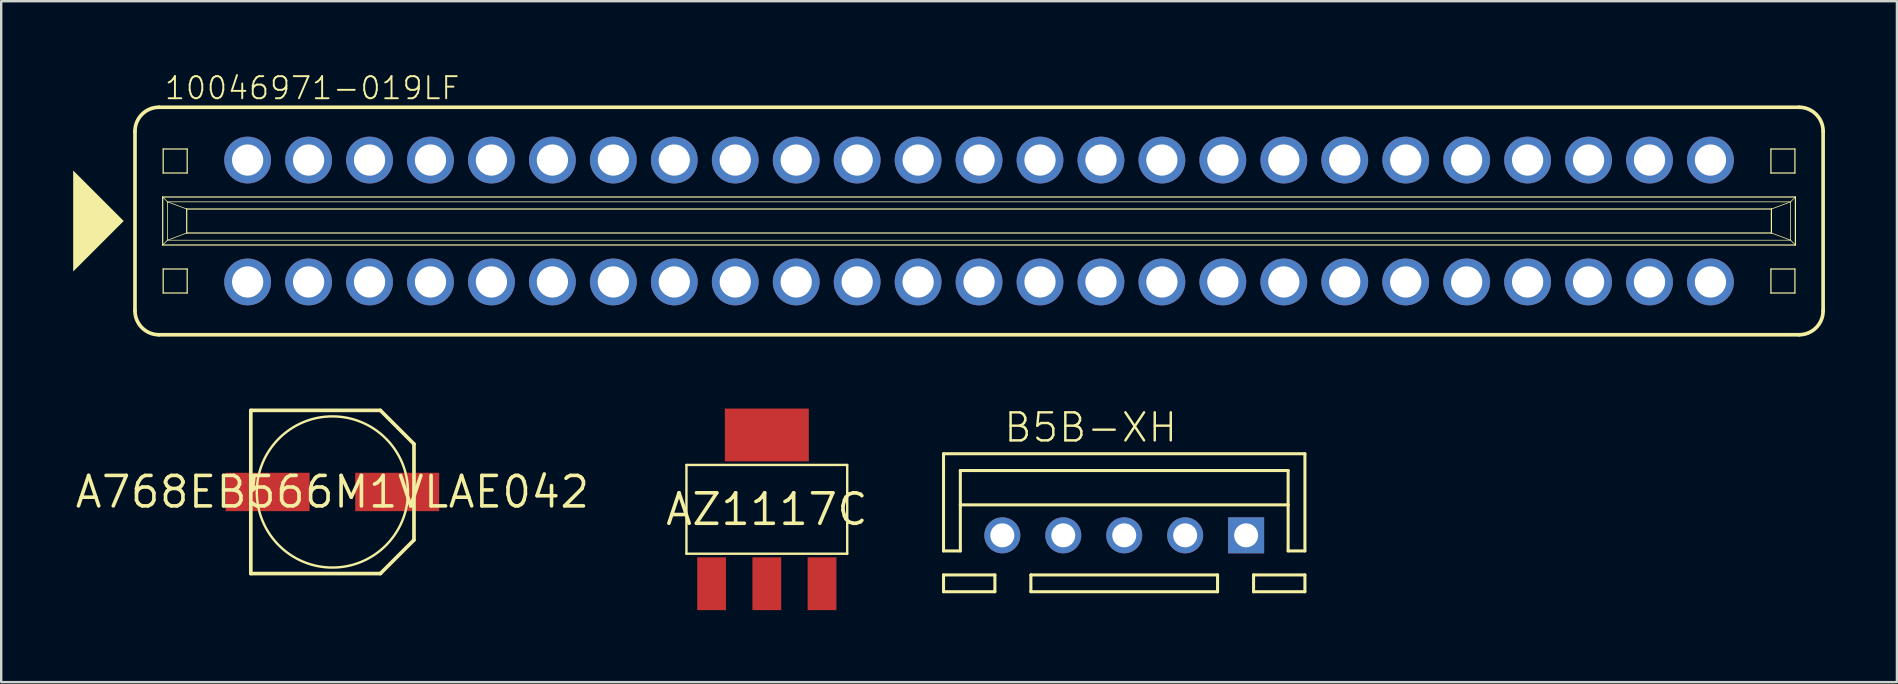
<source format=kicad_pcb>
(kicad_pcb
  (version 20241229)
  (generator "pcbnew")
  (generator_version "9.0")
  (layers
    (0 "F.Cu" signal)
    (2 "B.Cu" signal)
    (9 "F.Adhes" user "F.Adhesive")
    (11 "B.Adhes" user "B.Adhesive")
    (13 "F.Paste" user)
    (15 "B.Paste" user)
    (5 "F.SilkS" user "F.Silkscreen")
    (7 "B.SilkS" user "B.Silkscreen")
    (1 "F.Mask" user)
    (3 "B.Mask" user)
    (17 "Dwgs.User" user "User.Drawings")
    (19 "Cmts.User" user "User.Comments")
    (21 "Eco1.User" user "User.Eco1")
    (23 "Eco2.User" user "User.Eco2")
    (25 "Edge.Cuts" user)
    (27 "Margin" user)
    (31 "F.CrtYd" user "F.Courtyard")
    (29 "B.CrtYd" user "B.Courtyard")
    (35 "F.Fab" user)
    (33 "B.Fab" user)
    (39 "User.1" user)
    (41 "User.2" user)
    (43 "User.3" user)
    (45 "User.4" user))
  (footprint "A768EB566M1VLAE042"
    (layer "F.Cu")
    (at 10.802 17.452)
    (property "Reference" "A768EB566M1VLAE042" (at 0 0 0) (layer "F.SilkS") (effects (font (size 1.27 1.27) (thickness 0.15))))
    (fp_line (start -3.4 -3.4) (end -3.4 3.4) (stroke (width 0.152) (type solid)) (layer "F.SilkS"))
    (fp_line (start -3.4 3.4) (end 2 3.4) (stroke (width 0.152) (type solid)) (layer "F.SilkS"))
    (fp_line (start 2 -3.4) (end -3.4 -3.4) (stroke (width 0.152) (type solid)) (layer "F.SilkS"))
    (fp_line (start 2 3.4) (end 3.4 2) (stroke (width 0.152) (type solid)) (layer "F.SilkS"))
    (fp_line (start 3.4 -2) (end 2 -3.4) (stroke (width 0.152) (type solid)) (layer "F.SilkS"))
    (fp_line (start 3.4 2) (end 3.4 -2) (stroke (width 0.152) (type solid)) (layer "F.SilkS"))
    (fp_circle (center 0 0) (end 3.15 0) (stroke (width 0.1) (type solid)) (fill no) (layer "F.SilkS"))
    (pad "ANODE" smd rect (at 2.7 0) (size 3.5 1.6) (layers "F.Cu" "F.Mask" "F.Paste"))
    (pad "CATHODE" smd rect (at -2.7 0) (size 3.5 1.6) (layers "F.Cu" "F.Mask" "F.Paste")))
  (footprint "10046971-019LF"
    (layer "F.Cu")
    (at 37.75 6.16)
    (property "Reference" "10046971-019LF" (at -34 -5 0) (layer "F.SilkS") (effects (font (size 0.92 0.92) (thickness 0.08)) (justify left bottom)))
    (fp_line (start -35.175 -3.74) (end -35.175 3.74) (stroke (width 0.152) (type solid)) (layer "F.SilkS"))
    (fp_line (start -34.175 4.74) (end 34.175 4.74) (stroke (width 0.152) (type solid)) (layer "F.SilkS"))
    (fp_line (start -34.02 -1) (end -34.02 1) (stroke (width 0.05) (type solid)) (layer "F.SilkS"))
    (fp_line (start -34.02 1) (end 34.02 1) (stroke (width 0.05) (type solid)) (layer "F.SilkS"))
    (fp_line (start -34 -3) (end -34 -2) (stroke (width 0.05) (type solid)) (layer "F.SilkS"))
    (fp_line (start -34 -2) (end -33 -2) (stroke (width 0.05) (type solid)) (layer "F.SilkS"))
    (fp_line (start -34 2) (end -34 3) (stroke (width 0.05) (type solid)) (layer "F.SilkS"))
    (fp_line (start -34 3) (end -33 3) (stroke (width 0.05) (type solid)) (layer "F.SilkS"))
    (fp_line (start -33.82 -0.8) (end -34.02 -1) (stroke (width 0.03) (type solid)) (layer "F.SilkS"))
    (fp_line (start -33.82 -0.8) (end -33.82 0.8) (stroke (width 0.03) (type solid)) (layer "F.SilkS"))
    (fp_line (start -33.82 0.8) (end -34.02 1) (stroke (width 0.03) (type solid)) (layer "F.SilkS"))
    (fp_line (start -33.82 0.8) (end 33.82 0.8) (stroke (width 0.03) (type solid)) (layer "F.SilkS"))
    (fp_line (start -33.02 -0.5) (end -33.82 -0.8) (stroke (width 0.03) (type solid)) (layer "F.SilkS"))
    (fp_line (start -33.02 -0.5) (end 33.02 -0.5) (stroke (width 0.05) (type solid)) (layer "F.SilkS"))
    (fp_line (start -33.02 0.5) (end -33.82 0.8) (stroke (width 0.03) (type solid)) (layer "F.SilkS"))
    (fp_line (start -33.02 0.5) (end -33.02 -0.5) (stroke (width 0.05) (type solid)) (layer "F.SilkS"))
    (fp_line (start -33 -3) (end -34 -3) (stroke (width 0.05) (type solid)) (layer "F.SilkS"))
    (fp_line (start -33 -2) (end -33 -3) (stroke (width 0.05) (type solid)) (layer "F.SilkS"))
    (fp_line (start -33 2) (end -34 2) (stroke (width 0.05) (type solid)) (layer "F.SilkS"))
    (fp_line (start -33 3) (end -33 2) (stroke (width 0.05) (type solid)) (layer "F.SilkS"))
    (fp_line (start 33 -3) (end 33 -2) (stroke (width 0.05) (type solid)) (layer "F.SilkS"))
    (fp_line (start 33 -2) (end 34 -2) (stroke (width 0.05) (type solid)) (layer "F.SilkS"))
    (fp_line (start 33 2) (end 33 3) (stroke (width 0.05) (type solid)) (layer "F.SilkS"))
    (fp_line (start 33 3) (end 34 3) (stroke (width 0.05) (type solid)) (layer "F.SilkS"))
    (fp_line (start 33.02 -0.5) (end 33.02 0.5) (stroke (width 0.05) (type solid)) (layer "F.SilkS"))
    (fp_line (start 33.02 -0.5) (end 33.82 -0.8) (stroke (width 0.03) (type solid)) (layer "F.SilkS"))
    (fp_line (start 33.02 0.5) (end -33.02 0.5) (stroke (width 0.05) (type solid)) (layer "F.SilkS"))
    (fp_line (start 33.02 0.5) (end 33.82 0.8) (stroke (width 0.03) (type solid)) (layer "F.SilkS"))
    (fp_line (start 33.82 -0.8) (end -33.82 -0.8) (stroke (width 0.03) (type solid)) (layer "F.SilkS"))
    (fp_line (start 33.82 -0.8) (end 34.02 -1) (stroke (width 0.03) (type solid)) (layer "F.SilkS"))
    (fp_line (start 33.82 0.8) (end 33.82 -0.8) (stroke (width 0.03) (type solid)) (layer "F.SilkS"))
    (fp_line (start 33.82 0.8) (end 34.02 1) (stroke (width 0.03) (type solid)) (layer "F.SilkS"))
    (fp_line (start 34 -3) (end 33 -3) (stroke (width 0.05) (type solid)) (layer "F.SilkS"))
    (fp_line (start 34 -2) (end 34 -3) (stroke (width 0.05) (type solid)) (layer "F.SilkS"))
    (fp_line (start 34 2) (end 33 2) (stroke (width 0.05) (type solid)) (layer "F.SilkS"))
    (fp_line (start 34 3) (end 34 2) (stroke (width 0.05) (type solid)) (layer "F.SilkS"))
    (fp_line (start 34.02 -1) (end -34.02 -1) (stroke (width 0.05) (type solid)) (layer "F.SilkS"))
    (fp_line (start 34.02 1) (end 34.02 -1) (stroke (width 0.05) (type solid)) (layer "F.SilkS"))
    (fp_line (start 34.175 -4.74) (end -34.175 -4.74) (stroke (width 0.152) (type solid)) (layer "F.SilkS"))
    (fp_line (start 35.175 3.74) (end 35.175 -3.74) (stroke (width 0.152) (type solid)) (layer "F.SilkS"))
    (fp_arc (start -35.175 -3.74) (mid -34.882107 -4.447107) (end -34.175 -4.74) (stroke (width 0.1524) (type solid)) (layer "F.SilkS"))
    (fp_arc (start -34.175 4.74) (mid -34.882107 4.447107) (end -35.175 3.74) (stroke (width 0.1524) (type solid)) (layer "F.SilkS"))
    (fp_arc (start 34.175 -4.74) (mid 34.882107 -4.447107) (end 35.175 -3.74) (stroke (width 0.1524) (type solid)) (layer "F.SilkS"))
    (fp_arc (start 35.175 3.74) (mid 34.882107 4.447107) (end 34.175 4.74) (stroke (width 0.1524) (type solid)) (layer "F.SilkS"))
    (fp_poly (pts (xy -35.646 0) (xy -37.75 2.104) (xy -37.75 -2.104)) (stroke (width 0) (type default)) (fill yes) (layer "F.SilkS"))
    (pad "P$1" thru_hole circle (at -30.48 2.54) (size 1.95 1.95) (drill 1.3) (layers "*.Cu" "*.Mask"))
    (pad "P$2" thru_hole circle (at -27.94 2.54) (size 1.95 1.95) (drill 1.3) (layers "*.Cu" "*.Mask"))
    (pad "P$3" thru_hole circle (at -25.4 2.54) (size 1.95 1.95) (drill 1.3) (layers "*.Cu" "*.Mask"))
    (pad "P$4" thru_hole circle (at -22.86 2.54) (size 1.95 1.95) (drill 1.3) (layers "*.Cu" "*.Mask"))
    (pad "P$5" thru_hole circle (at -20.32 2.54) (size 1.95 1.95) (drill 1.3) (layers "*.Cu" "*.Mask"))
    (pad "P$6" thru_hole circle (at -17.78 2.54) (size 1.95 1.95) (drill 1.3) (layers "*.Cu" "*.Mask"))
    (pad "P$7" thru_hole circle (at -15.24 2.54) (size 1.95 1.95) (drill 1.3) (layers "*.Cu" "*.Mask"))
    (pad "P$8" thru_hole circle (at -12.7 2.54) (size 1.95 1.95) (drill 1.3) (layers "*.Cu" "*.Mask"))
    (pad "P$9" thru_hole circle (at -10.16 2.54) (size 1.95 1.95) (drill 1.3) (layers "*.Cu" "*.Mask"))
    (pad "P$10" thru_hole circle (at -7.62 2.54) (size 1.95 1.95) (drill 1.3) (layers "*.Cu" "*.Mask"))
    (pad "P$11" thru_hole circle (at -5.08 2.54) (size 1.95 1.95) (drill 1.3) (layers "*.Cu" "*.Mask"))
    (pad "P$12" thru_hole circle (at -2.54 2.54) (size 1.95 1.95) (drill 1.3) (layers "*.Cu" "*.Mask"))
    (pad "P$13" thru_hole circle (at 0 2.54) (size 1.95 1.95) (drill 1.3) (layers "*.Cu" "*.Mask"))
    (pad "P$14" thru_hole circle (at 2.54 2.54) (size 1.95 1.95) (drill 1.3) (layers "*.Cu" "*.Mask"))
    (pad "P$15" thru_hole circle (at 5.08 2.54) (size 1.95 1.95) (drill 1.3) (layers "*.Cu" "*.Mask"))
    (pad "P$16" thru_hole circle (at 7.62 2.54) (size 1.95 1.95) (drill 1.3) (layers "*.Cu" "*.Mask"))
    (pad "P$17" thru_hole circle (at 10.16 2.54) (size 1.95 1.95) (drill 1.3) (layers "*.Cu" "*.Mask"))
    (pad "P$18" thru_hole circle (at 12.7 2.54) (size 1.95 1.95) (drill 1.3) (layers "*.Cu" "*.Mask"))
    (pad "P$19" thru_hole circle (at 15.24 2.54) (size 1.95 1.95) (drill 1.3) (layers "*.Cu" "*.Mask"))
    (pad "P$20" thru_hole circle (at 17.78 2.54) (size 1.95 1.95) (drill 1.3) (layers "*.Cu" "*.Mask"))
    (pad "P$21" thru_hole circle (at 20.32 2.54) (size 1.95 1.95) (drill 1.3) (layers "*.Cu" "*.Mask"))
    (pad "P$22" thru_hole circle (at 22.86 2.54) (size 1.95 1.95) (drill 1.3) (layers "*.Cu" "*.Mask"))
    (pad "P$23" thru_hole circle (at 25.4 2.54) (size 1.95 1.95) (drill 1.3) (layers "*.Cu" "*.Mask"))
    (pad "P$24" thru_hole circle (at 27.94 2.54) (size 1.95 1.95) (drill 1.3) (layers "*.Cu" "*.Mask"))
    (pad "P$25" thru_hole circle (at 30.48 2.54) (size 1.95 1.95) (drill 1.3) (layers "*.Cu" "*.Mask"))
    (pad "P$26" thru_hole circle (at 30.48 -2.54) (size 1.95 1.95) (drill 1.3) (layers "*.Cu" "*.Mask"))
    (pad "P$27" thru_hole circle (at 27.94 -2.54) (size 1.95 1.95) (drill 1.3) (layers "*.Cu" "*.Mask"))
    (pad "P$28" thru_hole circle (at 25.4 -2.54) (size 1.95 1.95) (drill 1.3) (layers "*.Cu" "*.Mask"))
    (pad "P$29" thru_hole circle (at 22.86 -2.54) (size 1.95 1.95) (drill 1.3) (layers "*.Cu" "*.Mask"))
    (pad "P$30" thru_hole circle (at 20.32 -2.54) (size 1.95 1.95) (drill 1.3) (layers "*.Cu" "*.Mask"))
    (pad "P$31" thru_hole circle (at 17.78 -2.54) (size 1.95 1.95) (drill 1.3) (layers "*.Cu" "*.Mask"))
    (pad "P$32" thru_hole circle (at 15.24 -2.54) (size 1.95 1.95) (drill 1.3) (layers "*.Cu" "*.Mask"))
    (pad "P$33" thru_hole circle (at 12.7 -2.54) (size 1.95 1.95) (drill 1.3) (layers "*.Cu" "*.Mask"))
    (pad "P$34" thru_hole circle (at 10.16 -2.54) (size 1.95 1.95) (drill 1.3) (layers "*.Cu" "*.Mask"))
    (pad "P$35" thru_hole circle (at 7.62 -2.54) (size 1.95 1.95) (drill 1.3) (layers "*.Cu" "*.Mask"))
    (pad "P$36" thru_hole circle (at 5.08 -2.54) (size 1.95 1.95) (drill 1.3) (layers "*.Cu" "*.Mask"))
    (pad "P$37" thru_hole circle (at 2.54 -2.54) (size 1.95 1.95) (drill 1.3) (layers "*.Cu" "*.Mask"))
    (pad "P$38" thru_hole circle (at 0 -2.54) (size 1.95 1.95) (drill 1.3) (layers "*.Cu" "*.Mask"))
    (pad "P$39" thru_hole circle (at -2.54 -2.54) (size 1.95 1.95) (drill 1.3) (layers "*.Cu" "*.Mask"))
    (pad "P$40" thru_hole circle (at -5.08 -2.54) (size 1.95 1.95) (drill 1.3) (layers "*.Cu" "*.Mask"))
    (pad "P$41" thru_hole circle (at -7.62 -2.54) (size 1.95 1.95) (drill 1.3) (layers "*.Cu" "*.Mask"))
    (pad "P$42" thru_hole circle (at -10.16 -2.54) (size 1.95 1.95) (drill 1.3) (layers "*.Cu" "*.Mask"))
    (pad "P$43" thru_hole circle (at -12.7 -2.54) (size 1.95 1.95) (drill 1.3) (layers "*.Cu" "*.Mask"))
    (pad "P$44" thru_hole circle (at -15.24 -2.54) (size 1.95 1.95) (drill 1.3) (layers "*.Cu" "*.Mask"))
    (pad "P$45" thru_hole circle (at -17.78 -2.54) (size 1.95 1.95) (drill 1.3) (layers "*.Cu" "*.Mask"))
    (pad "P$46" thru_hole circle (at -20.32 -2.54) (size 1.95 1.95) (drill 1.3) (layers "*.Cu" "*.Mask"))
    (pad "P$47" thru_hole circle (at -22.86 -2.54) (size 1.95 1.95) (drill 1.3) (layers "*.Cu" "*.Mask"))
    (pad "P$48" thru_hole circle (at -25.4 -2.54) (size 1.95 1.95) (drill 1.3) (layers "*.Cu" "*.Mask"))
    (pad "P$49" thru_hole circle (at -27.94 -2.54) (size 1.95 1.95) (drill 1.3) (layers "*.Cu" "*.Mask"))
    (pad "P$50" thru_hole circle (at -30.48 -2.54) (size 1.95 1.95) (drill 1.3) (layers "*.Cu" "*.Mask")))
  (footprint "AZ1117C"
    (layer "F.Cu")
    (at 28.906 18.176)
    (property "Reference" "AZ1117C" (at 0 0 0) (layer "F.SilkS") (effects (font (size 1.27 1.27) (thickness 0.15))))
    (fp_line (start -3.35 -1.85) (end -3.35 1.85) (stroke (width 0.1) (type solid)) (layer "F.SilkS"))
    (fp_line (start -3.35 1.85) (end 3.35 1.85) (stroke (width 0.1) (type solid)) (layer "F.SilkS"))
    (fp_line (start 3.35 -1.85) (end -3.35 -1.85) (stroke (width 0.1) (type solid)) (layer "F.SilkS"))
    (fp_line (start 3.35 1.85) (end 3.35 -1.85) (stroke (width 0.1) (type solid)) (layer "F.SilkS"))
    (pad "GND" smd rect (at -2.3 3.1) (size 1.2 2.2) (layers "F.Cu" "F.Mask" "F.Paste"))
    (pad "INPUT" smd rect (at 2.3 3.1) (size 1.2 2.2) (layers "F.Cu" "F.Mask" "F.Paste"))
    (pad "OUTPUT" smd rect (at 0 3.1) (size 1.2 2.2) (layers "F.Cu" "F.Mask" "F.Paste"))
    (pad "VOUT" smd rect (at 0 -3.1) (size 3.5 2.2) (layers "F.Cu" "F.Mask" "F.Paste")))
  (footprint "B5B-XH"
    (layer "F.Cu")
    (at 43.8 19.259)
    (property "Reference" "B5B-XH" (at -5.08 -3.81 0) (layer "F.SilkS") (effects (font (size 1.168 1.168) (thickness 0.102)) (justify left bottom)))
    (fp_line (start -7.53 -3.4) (end 7.53 -3.4) (stroke (width 0.127) (type solid)) (layer "F.SilkS"))
    (fp_line (start -7.53 0.65) (end -7.53 -3.4) (stroke (width 0.127) (type solid)) (layer "F.SilkS"))
    (fp_line (start -7.53 0.65) (end -6.83 0.65) (stroke (width 0.127) (type solid)) (layer "F.SilkS"))
    (fp_line (start -7.53 2.35) (end -7.53 1.65) (stroke (width 0.127) (type solid)) (layer "F.SilkS"))
    (fp_line (start -6.83 -2.7) (end 6.83 -2.7) (stroke (width 0.127) (type solid)) (layer "F.SilkS"))
    (fp_line (start -6.83 -1.27) (end -6.83 -2.7) (stroke (width 0.127) (type solid)) (layer "F.SilkS"))
    (fp_line (start -6.83 -1.27) (end 6.83 -1.27) (stroke (width 0.127) (type solid)) (layer "F.SilkS"))
    (fp_line (start -6.83 0.65) (end -6.83 -1.27) (stroke (width 0.127) (type solid)) (layer "F.SilkS"))
    (fp_line (start -5.39 1.65) (end -7.53 1.65) (stroke (width 0.127) (type solid)) (layer "F.SilkS"))
    (fp_line (start -5.39 1.65) (end -5.39 2.35) (stroke (width 0.127) (type solid)) (layer "F.SilkS"))
    (fp_line (start -5.39 2.35) (end -7.53 2.35) (stroke (width 0.127) (type solid)) (layer "F.SilkS"))
    (fp_line (start -3.89 1.65) (end -3.89 2.35) (stroke (width 0.127) (type solid)) (layer "F.SilkS"))
    (fp_line (start 3.89 1.65) (end -3.89 1.65) (stroke (width 0.127) (type solid)) (layer "F.SilkS"))
    (fp_line (start 3.89 1.65) (end 3.89 2.35) (stroke (width 0.127) (type solid)) (layer "F.SilkS"))
    (fp_line (start 3.89 2.35) (end -3.89 2.35) (stroke (width 0.127) (type solid)) (layer "F.SilkS"))
    (fp_line (start 5.39 1.65) (end 5.39 2.35) (stroke (width 0.127) (type solid)) (layer "F.SilkS"))
    (fp_line (start 5.39 1.65) (end 7.53 1.65) (stroke (width 0.127) (type solid)) (layer "F.SilkS"))
    (fp_line (start 5.39 2.35) (end 7.53 2.35) (stroke (width 0.127) (type solid)) (layer "F.SilkS"))
    (fp_line (start 6.83 -2.7) (end 6.83 -1.27) (stroke (width 0.127) (type solid)) (layer "F.SilkS"))
    (fp_line (start 6.83 -1.27) (end 6.83 0.65) (stroke (width 0.127) (type solid)) (layer "F.SilkS"))
    (fp_line (start 6.83 0.65) (end 7.53 0.65) (stroke (width 0.127) (type solid)) (layer "F.SilkS"))
    (fp_line (start 7.53 -3.4) (end 7.53 0.65) (stroke (width 0.127) (type solid)) (layer "F.SilkS"))
    (fp_line (start 7.53 2.35) (end 7.53 1.65) (stroke (width 0.127) (type solid)) (layer "F.SilkS"))
    (pad "1" thru_hole rect (at 5.08 0) (size 1.5 1.5) (drill 1) (layers "*.Cu" "*.Mask"))
    (pad "2" thru_hole circle (at 2.54 0) (size 1.5 1.5) (drill 1) (layers "*.Cu" "*.Mask"))
    (pad "3" thru_hole circle (at 0 0) (size 1.5 1.5) (drill 1) (layers "*.Cu" "*.Mask"))
    (pad "4" thru_hole circle (at -2.54 0) (size 1.5 1.5) (drill 1) (layers "*.Cu" "*.Mask"))
    (pad "5" thru_hole circle (at -5.08 0) (size 1.5 1.5) (drill 1) (layers "*.Cu" "*.Mask")))
  (gr_rect
    (start -3 -3)
    (end 76.001 25.376)
    (stroke (width 0.1) (type default))
    (fill no)
    (layer "Edge.Cuts")))
</source>
